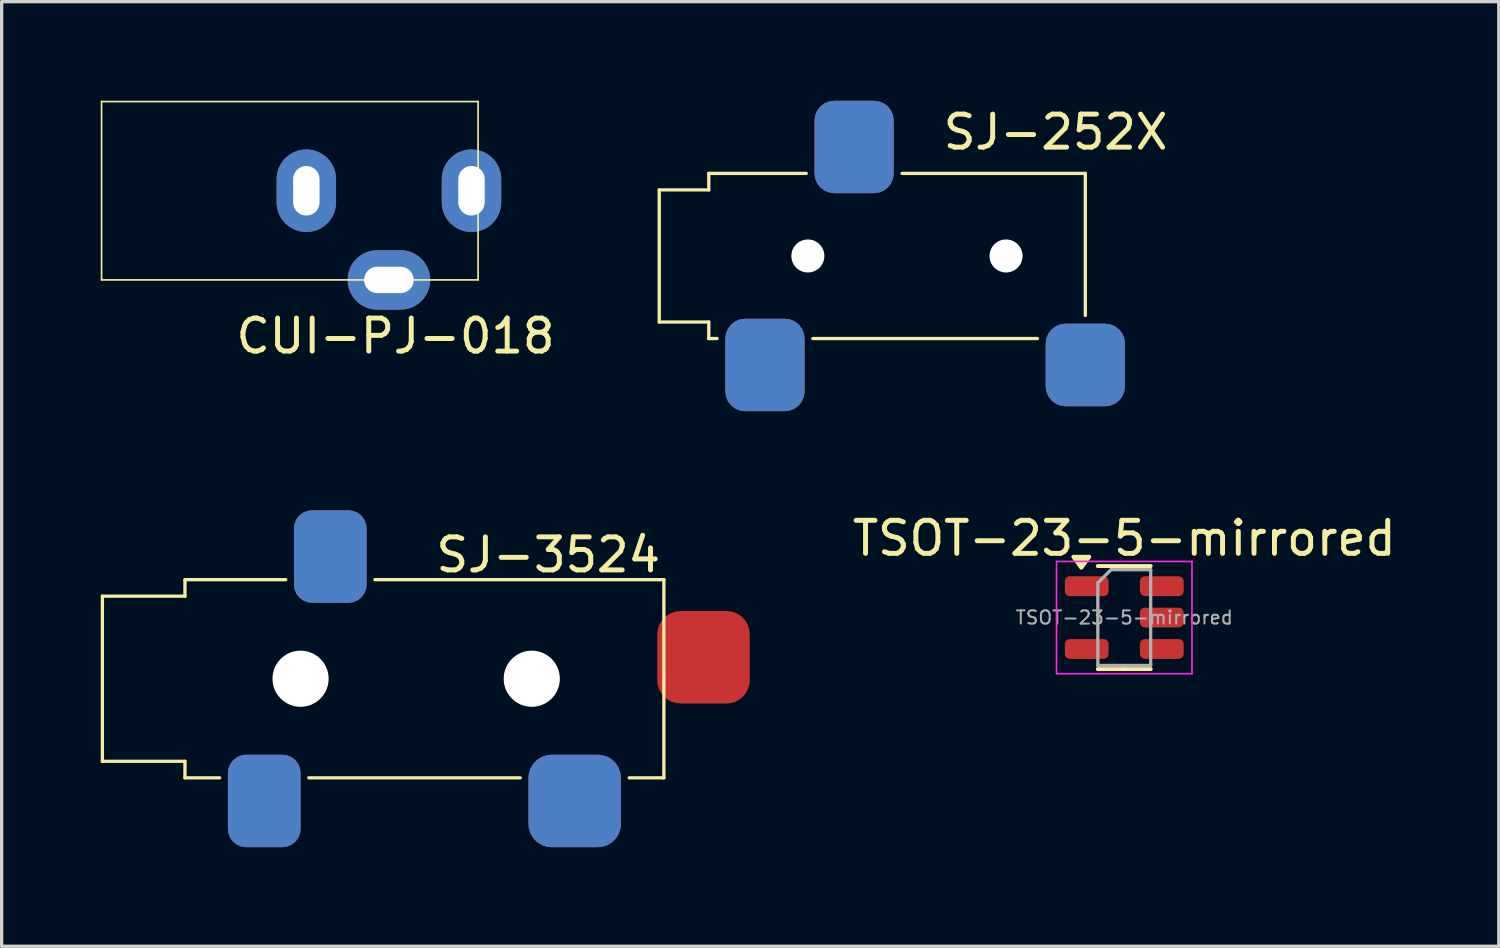
<source format=kicad_pcb>
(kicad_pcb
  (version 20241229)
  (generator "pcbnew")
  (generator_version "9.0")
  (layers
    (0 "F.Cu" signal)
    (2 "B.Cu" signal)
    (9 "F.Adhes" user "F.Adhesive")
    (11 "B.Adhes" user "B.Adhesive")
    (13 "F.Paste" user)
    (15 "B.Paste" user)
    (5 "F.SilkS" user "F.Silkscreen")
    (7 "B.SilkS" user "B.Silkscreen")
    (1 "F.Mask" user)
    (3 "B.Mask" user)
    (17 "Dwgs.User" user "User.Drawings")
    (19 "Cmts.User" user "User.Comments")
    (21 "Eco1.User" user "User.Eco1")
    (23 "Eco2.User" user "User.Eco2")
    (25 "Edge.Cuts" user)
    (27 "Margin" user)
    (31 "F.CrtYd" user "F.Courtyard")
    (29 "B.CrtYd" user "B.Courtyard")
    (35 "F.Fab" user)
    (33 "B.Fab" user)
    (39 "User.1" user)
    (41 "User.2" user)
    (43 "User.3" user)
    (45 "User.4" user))
  (footprint "TSOT-23-5-mirrored"
    (layer "F.Cu")
    (at 30.989 15.648)
    (property "Reference" "TSOT-23-5-mirrored" (at 0 -2.4 0) (layer "F.SilkS") (effects (font (size 1 1) (thickness 0.15))))
    (attr smd)
    (fp_line (start 0 -1.56) (end -0.8 -1.56) (stroke (width 0.12) (type solid)) (layer "F.SilkS"))
    (fp_line (start 0 -1.56) (end 0.8 -1.56) (stroke (width 0.12) (type solid)) (layer "F.SilkS"))
    (fp_line (start 0 1.56) (end -0.8 1.56) (stroke (width 0.12) (type solid)) (layer "F.SilkS"))
    (fp_line (start 0 1.56) (end 0.8 1.56) (stroke (width 0.12) (type solid)) (layer "F.SilkS"))
    (fp_poly (pts (xy -1.3 -1.51) (xy -1.54 -1.84) (xy -1.06 -1.84) (xy -1.3 -1.51)) (stroke (width 0.12) (type solid)) (fill yes) (layer "F.SilkS"))
    (fp_line (start -2.05 -1.7) (end -2.05 1.7) (stroke (width 0.05) (type solid)) (layer "F.CrtYd"))
    (fp_line (start -2.05 1.7) (end 2.05 1.7) (stroke (width 0.05) (type solid)) (layer "F.CrtYd"))
    (fp_line (start 2.05 -1.7) (end -2.05 -1.7) (stroke (width 0.05) (type solid)) (layer "F.CrtYd"))
    (fp_line (start 2.05 1.7) (end 2.05 -1.7) (stroke (width 0.05) (type solid)) (layer "F.CrtYd"))
    (fp_line (start -0.8 -1.05) (end -0.4 -1.45) (stroke (width 0.1) (type solid)) (layer "F.Fab"))
    (fp_line (start -0.8 1.45) (end -0.8 -1.05) (stroke (width 0.1) (type solid)) (layer "F.Fab"))
    (fp_line (start -0.4 -1.45) (end 0.8 -1.45) (stroke (width 0.1) (type solid)) (layer "F.Fab"))
    (fp_line (start 0.8 -1.45) (end 0.8 1.45) (stroke (width 0.1) (type solid)) (layer "F.Fab"))
    (fp_line (start 0.8 1.45) (end -0.8 1.45) (stroke (width 0.1) (type solid)) (layer "F.Fab"))
    (fp_text user "${REFERENCE}" (at 0 0 0) (layer "F.Fab") (effects (font (size 0.4 0.4) (thickness 0.06))))
    (pad "1" smd roundrect (at -1.137 -0.95) (size 1.325 0.6) (layers "F.Cu" "F.Mask" "F.Paste") (roundrect_rratio 0.25))
    (pad "2" smd roundrect (at -1.137 0.95) (size 1.325 0.6) (layers "F.Cu" "F.Mask" "F.Paste") (roundrect_rratio 0.25))
    (pad "3" smd roundrect (at 1.137 0.95) (size 1.325 0.6) (layers "F.Cu" "F.Mask" "F.Paste") (roundrect_rratio 0.25))
    (pad "4" smd roundrect (at 1.137 0) (size 1.325 0.6) (layers "F.Cu" "F.Mask" "F.Paste") (roundrect_rratio 0.25))
    (pad "5" smd roundrect (at 1.137 -0.95) (size 1.325 0.6) (layers "F.Cu" "F.Mask" "F.Paste") (roundrect_rratio 0.25)))
  (footprint "CUI-PJ-018"
    (layer "F.Cu")
    (at 8.725 2.725)
    (property "Reference" "CUI-PJ-018" (at 0.2 4.4 0) (layer "F.SilkS") (effects (font (size 1 1) (thickness 0.15))))
    (attr through_hole)
    (fp_line (start -8.7 -2.7) (end 2.7 -2.7) (stroke (width 0.05) (type solid)) (layer "F.SilkS"))
    (fp_line (start -8.7 2.7) (end -8.7 -2.7) (stroke (width 0.05) (type solid)) (layer "F.SilkS"))
    (fp_line (start 2.7 -2.7) (end 2.7 2.7) (stroke (width 0.05) (type solid)) (layer "F.SilkS"))
    (fp_line (start 2.7 2.7) (end -8.7 2.7) (stroke (width 0.05) (type solid)) (layer "F.SilkS"))
    (pad "1" thru_hole oval (at 2.5 0) (size 1.8 2.5) (drill oval 0.8 1.5) (layers "*.Cu" "*.Mask"))
    (pad "2" thru_hole oval (at -2.5 0) (size 1.8 2.5) (drill oval 0.8 1.5) (layers "*.Cu" "*.Mask"))
    (pad "3" thru_hole oval (at 0 2.7 90) (size 1.8 2.5) (drill oval 0.8 1.5) (layers "*.Cu" "*.Mask")))
  (footprint "SJ-3524"
    (layer "F.Cu")
    (at 6.05 17.5)
    (property "Reference" "SJ-3524" (at 7.5 -3.75 0) (layer "F.SilkS") (effects (font (size 1 1) (thickness 0.15))))
    (attr through_hole)
    (fp_line (start -6 -2.5) (end -3.5 -2.5) (stroke (width 0.1) (type solid)) (layer "F.SilkS"))
    (fp_line (start -6 2.5) (end -6 -2.5) (stroke (width 0.1) (type solid)) (layer "F.SilkS"))
    (fp_line (start -6 2.5) (end -3.5 2.5) (stroke (width 0.1) (type solid)) (layer "F.SilkS"))
    (fp_line (start -3.5 -3) (end -0.45 -3) (stroke (width 0.1) (type solid)) (layer "F.SilkS"))
    (fp_line (start -3.5 -2.5) (end -3.5 -3) (stroke (width 0.1) (type solid)) (layer "F.SilkS"))
    (fp_line (start -3.5 3) (end -3.5 2.5) (stroke (width 0.1) (type solid)) (layer "F.SilkS"))
    (fp_line (start -2.45 3) (end -3.5 3) (stroke (width 0.1) (type solid)) (layer "F.SilkS"))
    (fp_line (start 0.25 3) (end 6.65 3) (stroke (width 0.1) (type solid)) (layer "F.SilkS"))
    (fp_line (start 2.25 -3) (end 11 -3) (stroke (width 0.1) (type solid)) (layer "F.SilkS"))
    (fp_line (start 9.95 3) (end 11 3) (stroke (width 0.1) (type solid)) (layer "F.SilkS"))
    (fp_line (start 11 -3) (end 11 3) (stroke (width 0.1) (type solid)) (layer "F.SilkS"))
    (pad "" np_thru_hole circle (at 0 0) (size 1.7 1.7) (drill 1.7) (layers "*.Cu" "*.Mask"))
    (pad "" np_thru_hole circle (at 7 0) (size 1.7 1.7) (drill 1.7) (layers "*.Cu" "*.Mask"))
    (pad "1" smd roundrect (at -1.1 3.7) (size 2.2 2.8) (layers "F.Cu" "F.Mask" "F.Paste") (roundrect_rratio 0.25))
    (pad "1" smd roundrect (at -1.1 3.7) (size 2.2 2.8) (layers "B.Cu" "B.Mask" "B.Paste") (roundrect_rratio 0.25))
    (pad "2" smd roundrect (at 8.3 3.7) (size 2.8 2.8) (layers "F.Cu" "F.Mask" "F.Paste") (roundrect_rratio 0.25))
    (pad "2" smd roundrect (at 8.3 3.7) (size 2.8 2.8) (layers "B.Cu" "B.Mask" "B.Paste") (roundrect_rratio 0.25))
    (pad "3" smd roundrect (at 0.9 -3.7) (size 2.2 2.8) (layers "F.Cu" "F.Mask" "F.Paste") (roundrect_rratio 0.25))
    (pad "3" smd roundrect (at 0.9 -3.7) (size 2.2 2.8) (layers "B.Cu" "B.Mask" "B.Paste") (roundrect_rratio 0.25))
    (pad "4" smd roundrect (at 12.2 -0.65) (size 2.8 2.8) (layers "F.Cu" "F.Mask" "F.Paste") (roundrect_rratio 0.25)))
  (footprint "SJ-252X"
    (layer "F.Cu")
    (at 21.41 4.7)
    (property "Reference" "SJ-252X" (at 7.5 -3.75 0) (layer "F.SilkS") (effects (font (size 1 1) (thickness 0.15))))
    (attr through_hole)
    (fp_line (start -4.5 -2) (end -3 -2) (stroke (width 0.1) (type solid)) (layer "F.SilkS"))
    (fp_line (start -4.5 2) (end -4.5 -2) (stroke (width 0.1) (type solid)) (layer "F.SilkS"))
    (fp_line (start -4.5 2) (end -3 2) (stroke (width 0.1) (type solid)) (layer "F.SilkS"))
    (fp_line (start -3 -2.5) (end -0.05 -2.5) (stroke (width 0.1) (type solid)) (layer "F.SilkS"))
    (fp_line (start -3 -2) (end -3 -2.5) (stroke (width 0.1) (type solid)) (layer "F.SilkS"))
    (fp_line (start -3 2.5) (end -3 2) (stroke (width 0.1) (type solid)) (layer "F.SilkS"))
    (fp_line (start -2.75 2.5) (end -3 2.5) (stroke (width 0.1) (type solid)) (layer "F.SilkS"))
    (fp_line (start 0.15 2.5) (end 6.95 2.5) (stroke (width 0.1) (type solid)) (layer "F.SilkS"))
    (fp_line (start 2.85 -2.5) (end 8.4 -2.5) (stroke (width 0.1) (type solid)) (layer "F.SilkS"))
    (fp_line (start 8.4 -2.5) (end 8.4 1.8) (stroke (width 0.1) (type solid)) (layer "F.SilkS"))
    (pad "" np_thru_hole circle (at 0 0) (size 1 1) (drill 1) (layers "*.Cu" "*.Mask"))
    (pad "" np_thru_hole circle (at 6 0) (size 1 1) (drill 1) (layers "*.Cu" "*.Mask"))
    (pad "1" smd roundrect (at -1.3 3.3) (size 2.4 2.8) (layers "F.Cu" "F.Mask" "F.Paste") (roundrect_rratio 0.25))
    (pad "1" smd roundrect (at -1.3 3.3) (size 2.4 2.8) (layers "B.Cu" "B.Mask" "B.Paste") (roundrect_rratio 0.25))
    (pad "2" smd roundrect (at 8.4 3.3) (size 2.4 2.5) (layers "F.Cu" "F.Mask" "F.Paste") (roundrect_rratio 0.25))
    (pad "2" smd roundrect (at 8.4 3.3) (size 2.4 2.5) (layers "B.Cu" "B.Mask" "B.Paste") (roundrect_rratio 0.25))
    (pad "3" smd roundrect (at 1.4 -3.3) (size 2.4 2.8) (layers "F.Cu" "F.Mask" "F.Paste") (roundrect_rratio 0.25))
    (pad "3" smd roundrect (at 1.4 -3.3) (size 2.4 2.8) (layers "B.Cu" "B.Mask" "B.Paste") (roundrect_rratio 0.25)))
  (gr_rect
    (start -3 -3)
    (end 42.329 25.6)
    (stroke (width 0.1) (type default))
    (fill no)
    (layer "Edge.Cuts")))
</source>
